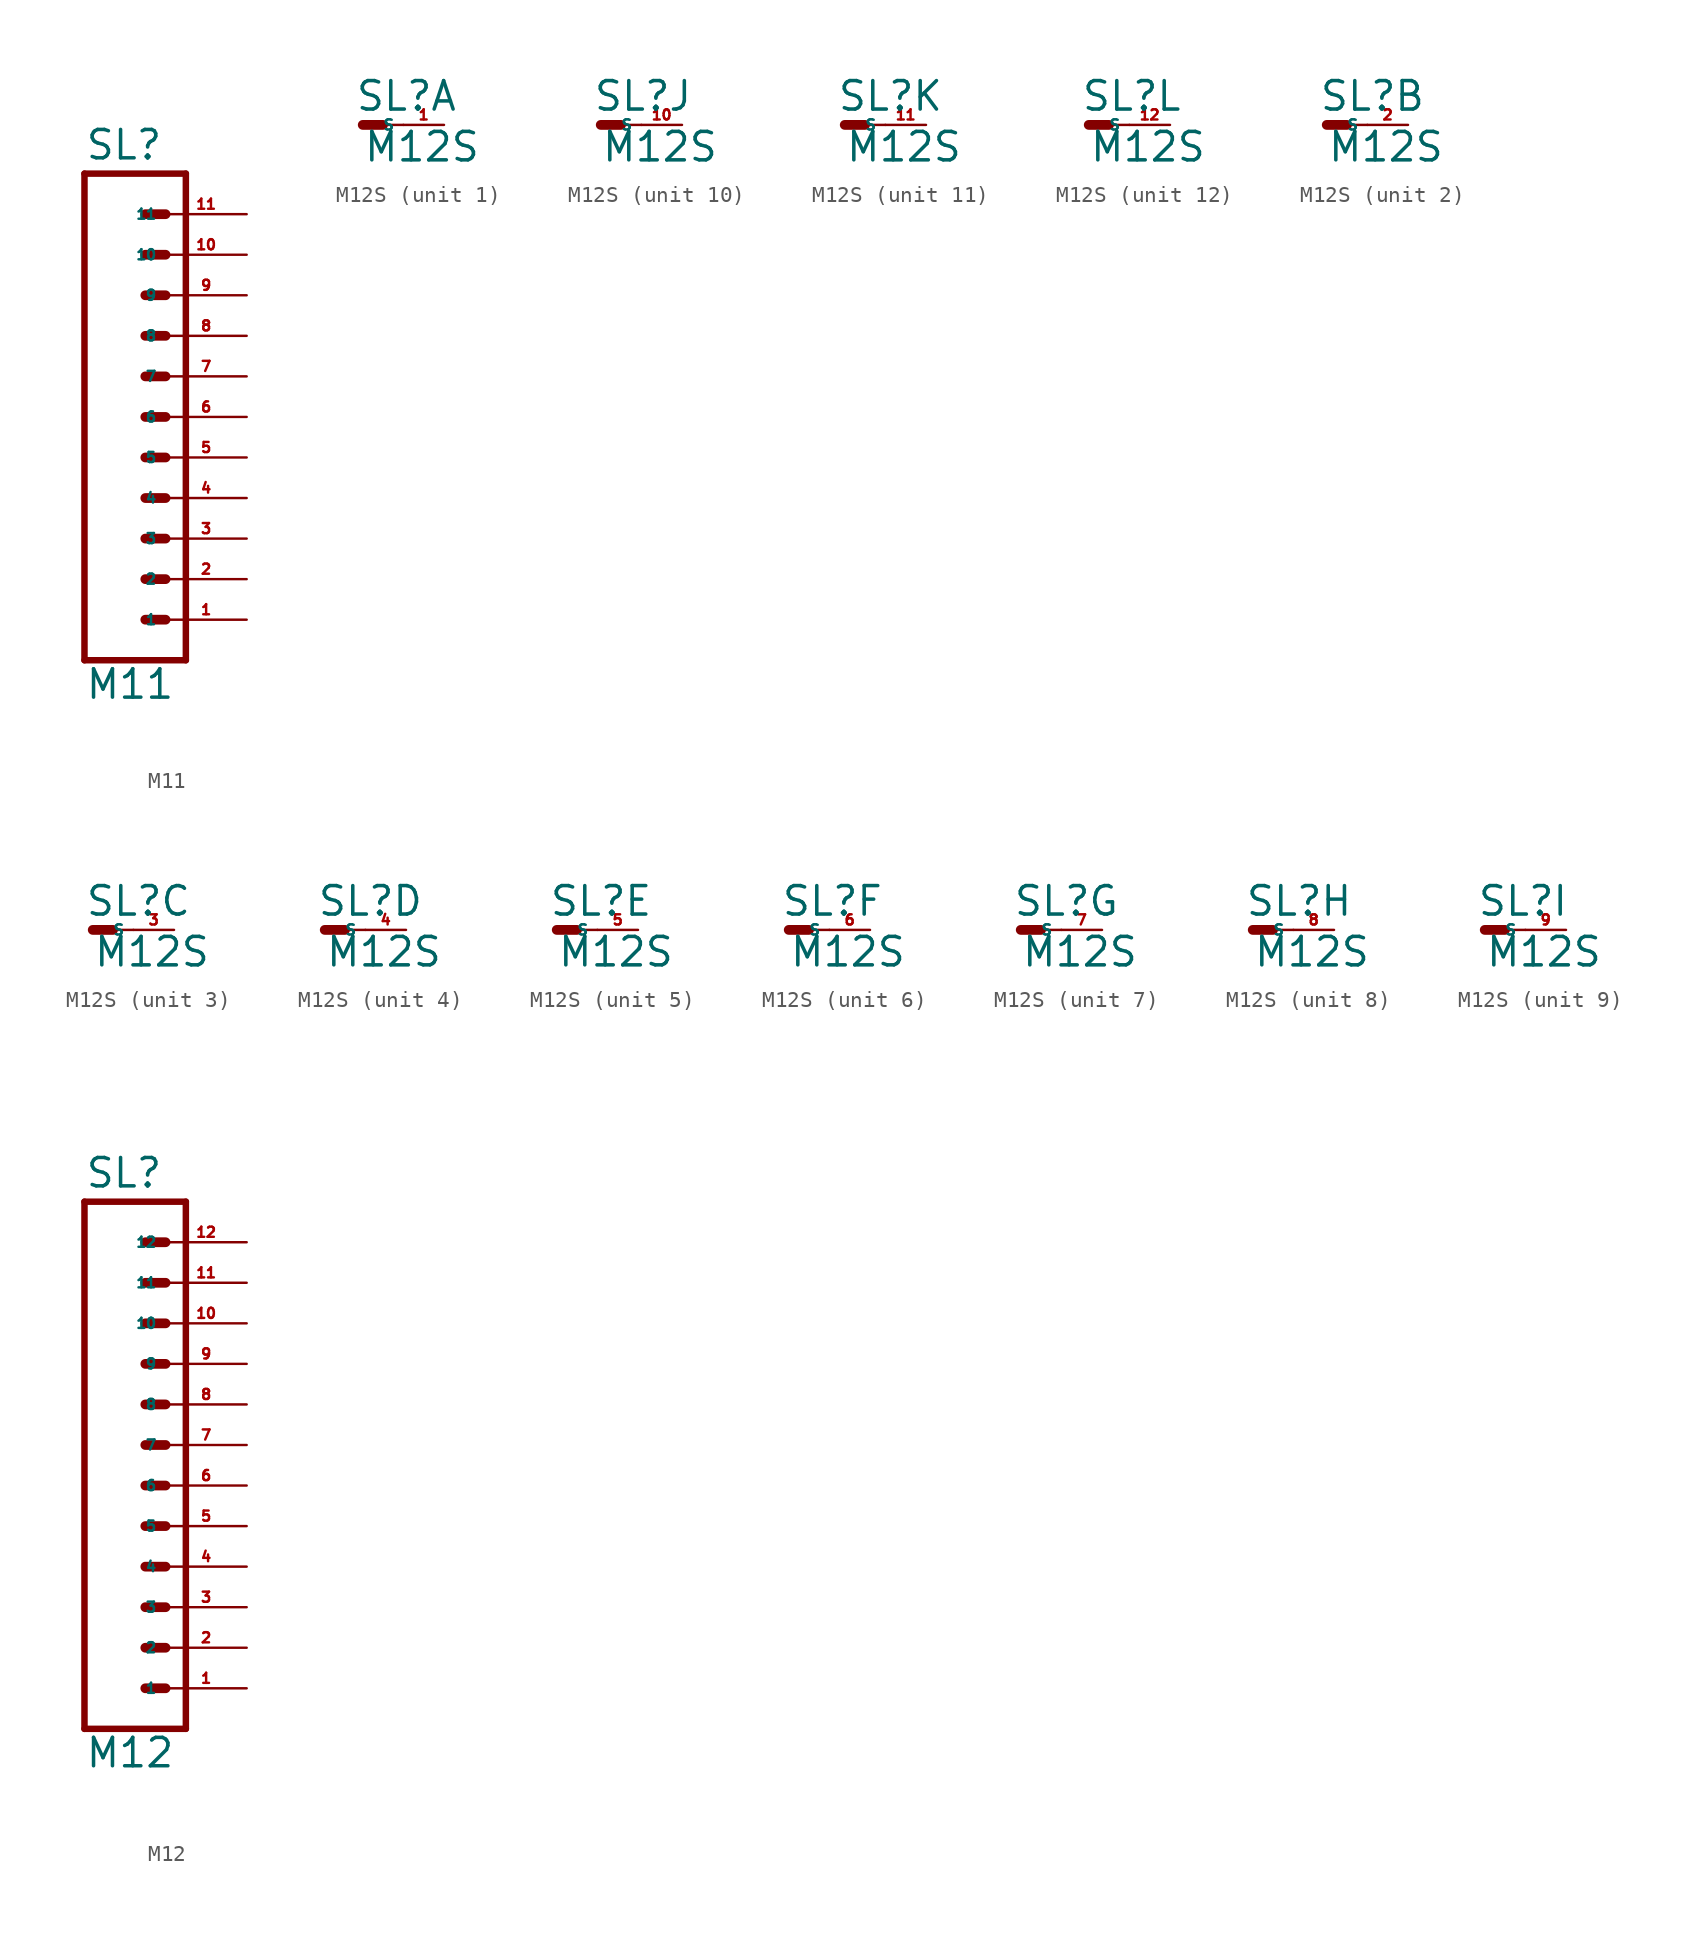
<source format=kicad_sym>
(kicad_symbol_lib
  (version 20220914)
  (generator Eagle2Kicad)
  (symbol "M11"
    (property "Reference" "SL"
      (at -5.08 16.002 0)
      (effects (font (size 1.778 1.778) (thickness 0.22)) (justify left bottom)))
    (property "Value" "M11"
      (at -5.08 -17.78 0)
      (effects (font (size 1.778 1.778) (thickness 0.22)) (justify left bottom)))
    (polyline
      (pts (xy 1.27 -15.24) (xy -5.08 -15.24))
      (stroke (width 0.406) (type default))
      (fill (type none)))
    (polyline
      (pts (xy -1.27 -7.62) (xy 0 -7.62))
      (stroke (width 0.61) (type default))
      (fill (type none)))
    (polyline
      (pts (xy -1.27 -10.16) (xy 0 -10.16))
      (stroke (width 0.61) (type default))
      (fill (type none)))
    (polyline
      (pts (xy -1.27 -12.7) (xy 0 -12.7))
      (stroke (width 0.61) (type default))
      (fill (type none)))
    (polyline
      (pts (xy -5.08 15.24) (xy -5.08 -15.24))
      (stroke (width 0.406) (type default))
      (fill (type none)))
    (polyline
      (pts (xy 1.27 -15.24) (xy 1.27 15.24))
      (stroke (width 0.406) (type default))
      (fill (type none)))
    (polyline
      (pts (xy -5.08 15.24) (xy 1.27 15.24))
      (stroke (width 0.406) (type default))
      (fill (type none)))
    (polyline
      (pts (xy -1.27 -2.54) (xy 0 -2.54))
      (stroke (width 0.61) (type default))
      (fill (type none)))
    (polyline
      (pts (xy -1.27 -5.08) (xy 0 -5.08))
      (stroke (width 0.61) (type default))
      (fill (type none)))
    (polyline
      (pts (xy -1.27 0) (xy 0 0))
      (stroke (width 0.61) (type default))
      (fill (type none)))
    (polyline
      (pts (xy -1.27 2.54) (xy 0 2.54))
      (stroke (width 0.61) (type default))
      (fill (type none)))
    (polyline
      (pts (xy -1.27 5.08) (xy 0 5.08))
      (stroke (width 0.61) (type default))
      (fill (type none)))
    (polyline
      (pts (xy -1.27 7.62) (xy 0 7.62))
      (stroke (width 0.61) (type default))
      (fill (type none)))
    (polyline
      (pts (xy -1.27 10.16) (xy 0 10.16))
      (stroke (width 0.61) (type default))
      (fill (type none)))
    (polyline
      (pts (xy -1.27 12.7) (xy 0 12.7))
      (stroke (width 0.61) (type default))
      (fill (type none)))
    (pin passive line
      (at 5.08 -12.7 180)
      (length 5.08)
      (name "1" (effects (font (size 0.635 0.635) (thickness 0.08)) (justify left bottom)))
      (number "1" (effects (font (size 0.635 0.635) (thickness 0.08)) (justify left bottom))))
    (pin passive line
      (at 5.08 -10.16 180)
      (length 5.08)
      (name "2" (effects (font (size 0.635 0.635) (thickness 0.08)) (justify left bottom)))
      (number "2" (effects (font (size 0.635 0.635) (thickness 0.08)) (justify left bottom))))
    (pin passive line
      (at 5.08 -7.62 180)
      (length 5.08)
      (name "3" (effects (font (size 0.635 0.635) (thickness 0.08)) (justify left bottom)))
      (number "3" (effects (font (size 0.635 0.635) (thickness 0.08)) (justify left bottom))))
    (pin passive line
      (at 5.08 -5.08 180)
      (length 5.08)
      (name "4" (effects (font (size 0.635 0.635) (thickness 0.08)) (justify left bottom)))
      (number "4" (effects (font (size 0.635 0.635) (thickness 0.08)) (justify left bottom))))
    (pin passive line
      (at 5.08 -2.54 180)
      (length 5.08)
      (name "5" (effects (font (size 0.635 0.635) (thickness 0.08)) (justify left bottom)))
      (number "5" (effects (font (size 0.635 0.635) (thickness 0.08)) (justify left bottom))))
    (pin passive line
      (at 5.08 0 180)
      (length 5.08)
      (name "6" (effects (font (size 0.635 0.635) (thickness 0.08)) (justify left bottom)))
      (number "6" (effects (font (size 0.635 0.635) (thickness 0.08)) (justify left bottom))))
    (pin passive line
      (at 5.08 2.54 180)
      (length 5.08)
      (name "7" (effects (font (size 0.635 0.635) (thickness 0.08)) (justify left bottom)))
      (number "7" (effects (font (size 0.635 0.635) (thickness 0.08)) (justify left bottom))))
    (pin passive line
      (at 5.08 5.08 180)
      (length 5.08)
      (name "8" (effects (font (size 0.635 0.635) (thickness 0.08)) (justify left bottom)))
      (number "8" (effects (font (size 0.635 0.635) (thickness 0.08)) (justify left bottom))))
    (pin passive line
      (at 5.08 7.62 180)
      (length 5.08)
      (name "9" (effects (font (size 0.635 0.635) (thickness 0.08)) (justify left bottom)))
      (number "9" (effects (font (size 0.635 0.635) (thickness 0.08)) (justify left bottom))))
    (pin passive line
      (at 5.08 10.16 180)
      (length 5.08)
      (name "10" (effects (font (size 0.635 0.635) (thickness 0.08)) (justify left bottom)))
      (number "10" (effects (font (size 0.635 0.635) (thickness 0.08)) (justify left bottom))))
    (pin passive line
      (at 5.08 12.7 180)
      (length 5.08)
      (name "11" (effects (font (size 0.635 0.635) (thickness 0.08)) (justify left bottom)))
      (number "11" (effects (font (size 0.635 0.635) (thickness 0.08)) (justify left bottom)))))
  (symbol "M12S"
    (property "Reference" "SL"
      (at -0.508 0.762 0)
      (effects (font (size 1.778 1.778) (thickness 0.22)) (justify left bottom)))
    (property "Value" "M12S"
      (at 0 -2.413 0)
      (effects (font (size 1.778 1.778) (thickness 0.22)) (justify left bottom)))
    (symbol "M12S_1_0"
      (polyline (pts (xy 0 0) (xy 1.27 0)) (stroke (width 0.61) (type default)) (fill (type none)))
      (polyline (pts (xy 1.27 0) (xy 2.54 0)) (stroke (width 0.152) (type default)) (fill (type none)))
      (pin passive line (at 5.08 0 180) (length 2.54) (name "S" (effects (font (size 0.635 0.635) (thickness 0.08)) (justify left bottom))) (number "1" (effects (font (size 0.635 0.635) (thickness 0.08)) (justify left bottom)))))
    (symbol "M12S_2_0"
      (polyline (pts (xy 0 0) (xy 1.27 0)) (stroke (width 0.61) (type default)) (fill (type none)))
      (polyline (pts (xy 1.27 0) (xy 2.54 0)) (stroke (width 0.152) (type default)) (fill (type none)))
      (pin passive line (at 5.08 0 180) (length 2.54) (name "S" (effects (font (size 0.635 0.635) (thickness 0.08)) (justify left bottom))) (number "2" (effects (font (size 0.635 0.635) (thickness 0.08)) (justify left bottom)))))
    (symbol "M12S_3_0"
      (polyline (pts (xy 0 0) (xy 1.27 0)) (stroke (width 0.61) (type default)) (fill (type none)))
      (polyline (pts (xy 1.27 0) (xy 2.54 0)) (stroke (width 0.152) (type default)) (fill (type none)))
      (pin passive line (at 5.08 0 180) (length 2.54) (name "S" (effects (font (size 0.635 0.635) (thickness 0.08)) (justify left bottom))) (number "3" (effects (font (size 0.635 0.635) (thickness 0.08)) (justify left bottom)))))
    (symbol "M12S_4_0"
      (polyline (pts (xy 0 0) (xy 1.27 0)) (stroke (width 0.61) (type default)) (fill (type none)))
      (polyline (pts (xy 1.27 0) (xy 2.54 0)) (stroke (width 0.152) (type default)) (fill (type none)))
      (pin passive line (at 5.08 0 180) (length 2.54) (name "S" (effects (font (size 0.635 0.635) (thickness 0.08)) (justify left bottom))) (number "4" (effects (font (size 0.635 0.635) (thickness 0.08)) (justify left bottom)))))
    (symbol "M12S_5_0"
      (polyline (pts (xy 0 0) (xy 1.27 0)) (stroke (width 0.61) (type default)) (fill (type none)))
      (polyline (pts (xy 1.27 0) (xy 2.54 0)) (stroke (width 0.152) (type default)) (fill (type none)))
      (pin passive line (at 5.08 0 180) (length 2.54) (name "S" (effects (font (size 0.635 0.635) (thickness 0.08)) (justify left bottom))) (number "5" (effects (font (size 0.635 0.635) (thickness 0.08)) (justify left bottom)))))
    (symbol "M12S_6_0"
      (polyline (pts (xy 0 0) (xy 1.27 0)) (stroke (width 0.61) (type default)) (fill (type none)))
      (polyline (pts (xy 1.27 0) (xy 2.54 0)) (stroke (width 0.152) (type default)) (fill (type none)))
      (pin passive line (at 5.08 0 180) (length 2.54) (name "S" (effects (font (size 0.635 0.635) (thickness 0.08)) (justify left bottom))) (number "6" (effects (font (size 0.635 0.635) (thickness 0.08)) (justify left bottom)))))
    (symbol "M12S_7_0"
      (polyline (pts (xy 0 0) (xy 1.27 0)) (stroke (width 0.61) (type default)) (fill (type none)))
      (polyline (pts (xy 1.27 0) (xy 2.54 0)) (stroke (width 0.152) (type default)) (fill (type none)))
      (pin passive line (at 5.08 0 180) (length 2.54) (name "S" (effects (font (size 0.635 0.635) (thickness 0.08)) (justify left bottom))) (number "7" (effects (font (size 0.635 0.635) (thickness 0.08)) (justify left bottom)))))
    (symbol "M12S_8_0"
      (polyline (pts (xy 0 0) (xy 1.27 0)) (stroke (width 0.61) (type default)) (fill (type none)))
      (polyline (pts (xy 1.27 0) (xy 2.54 0)) (stroke (width 0.152) (type default)) (fill (type none)))
      (pin passive line (at 5.08 0 180) (length 2.54) (name "S" (effects (font (size 0.635 0.635) (thickness 0.08)) (justify left bottom))) (number "8" (effects (font (size 0.635 0.635) (thickness 0.08)) (justify left bottom)))))
    (symbol "M12S_9_0"
      (polyline (pts (xy 0 0) (xy 1.27 0)) (stroke (width 0.61) (type default)) (fill (type none)))
      (polyline (pts (xy 1.27 0) (xy 2.54 0)) (stroke (width 0.152) (type default)) (fill (type none)))
      (pin passive line (at 5.08 0 180) (length 2.54) (name "S" (effects (font (size 0.635 0.635) (thickness 0.08)) (justify left bottom))) (number "9" (effects (font (size 0.635 0.635) (thickness 0.08)) (justify left bottom)))))
    (symbol "M12S_10_0"
      (polyline (pts (xy 0 0) (xy 1.27 0)) (stroke (width 0.61) (type default)) (fill (type none)))
      (polyline (pts (xy 1.27 0) (xy 2.54 0)) (stroke (width 0.152) (type default)) (fill (type none)))
      (pin passive line (at 5.08 0 180) (length 2.54) (name "S" (effects (font (size 0.635 0.635) (thickness 0.08)) (justify left bottom))) (number "10" (effects (font (size 0.635 0.635) (thickness 0.08)) (justify left bottom)))))
    (symbol "M12S_11_0"
      (polyline (pts (xy 0 0) (xy 1.27 0)) (stroke (width 0.61) (type default)) (fill (type none)))
      (polyline (pts (xy 1.27 0) (xy 2.54 0)) (stroke (width 0.152) (type default)) (fill (type none)))
      (pin passive line (at 5.08 0 180) (length 2.54) (name "S" (effects (font (size 0.635 0.635) (thickness 0.08)) (justify left bottom))) (number "11" (effects (font (size 0.635 0.635) (thickness 0.08)) (justify left bottom)))))
    (symbol "M12S_12_0"
      (polyline (pts (xy 0 0) (xy 1.27 0)) (stroke (width 0.61) (type default)) (fill (type none)))
      (polyline (pts (xy 1.27 0) (xy 2.54 0)) (stroke (width 0.152) (type default)) (fill (type none)))
      (pin passive line (at 5.08 0 180) (length 2.54) (name "S" (effects (font (size 0.635 0.635) (thickness 0.08)) (justify left bottom))) (number "12" (effects (font (size 0.635 0.635) (thickness 0.08)) (justify left bottom))))))
  (symbol "M12"
    (property "Reference" "SL"
      (at -5.08 16.002 0)
      (effects (font (size 1.778 1.778) (thickness 0.22)) (justify left bottom)))
    (property "Value" "M12"
      (at -5.08 -20.32 0)
      (effects (font (size 1.778 1.778) (thickness 0.22)) (justify left bottom)))
    (polyline
      (pts (xy 1.27 -17.78) (xy -5.08 -17.78))
      (stroke (width 0.406) (type default))
      (fill (type none)))
    (polyline
      (pts (xy -1.27 -10.16) (xy 0 -10.16))
      (stroke (width 0.61) (type default))
      (fill (type none)))
    (polyline
      (pts (xy -1.27 -12.7) (xy 0 -12.7))
      (stroke (width 0.61) (type default))
      (fill (type none)))
    (polyline
      (pts (xy -1.27 -15.24) (xy 0 -15.24))
      (stroke (width 0.61) (type default))
      (fill (type none)))
    (polyline
      (pts (xy -5.08 15.24) (xy -5.08 -17.78))
      (stroke (width 0.406) (type default))
      (fill (type none)))
    (polyline
      (pts (xy 1.27 -17.78) (xy 1.27 15.24))
      (stroke (width 0.406) (type default))
      (fill (type none)))
    (polyline
      (pts (xy -5.08 15.24) (xy 1.27 15.24))
      (stroke (width 0.406) (type default))
      (fill (type none)))
    (polyline
      (pts (xy -1.27 -5.08) (xy 0 -5.08))
      (stroke (width 0.61) (type default))
      (fill (type none)))
    (polyline
      (pts (xy -1.27 -7.62) (xy 0 -7.62))
      (stroke (width 0.61) (type default))
      (fill (type none)))
    (polyline
      (pts (xy -1.27 -2.54) (xy 0 -2.54))
      (stroke (width 0.61) (type default))
      (fill (type none)))
    (polyline
      (pts (xy -1.27 0) (xy 0 0))
      (stroke (width 0.61) (type default))
      (fill (type none)))
    (polyline
      (pts (xy -1.27 2.54) (xy 0 2.54))
      (stroke (width 0.61) (type default))
      (fill (type none)))
    (polyline
      (pts (xy -1.27 5.08) (xy 0 5.08))
      (stroke (width 0.61) (type default))
      (fill (type none)))
    (polyline
      (pts (xy -1.27 7.62) (xy 0 7.62))
      (stroke (width 0.61) (type default))
      (fill (type none)))
    (polyline
      (pts (xy -1.27 10.16) (xy 0 10.16))
      (stroke (width 0.61) (type default))
      (fill (type none)))
    (polyline
      (pts (xy -1.27 12.7) (xy 0 12.7))
      (stroke (width 0.61) (type default))
      (fill (type none)))
    (pin passive line
      (at 5.08 -15.24 180)
      (length 5.08)
      (name "1" (effects (font (size 0.635 0.635) (thickness 0.08)) (justify left bottom)))
      (number "1" (effects (font (size 0.635 0.635) (thickness 0.08)) (justify left bottom))))
    (pin passive line
      (at 5.08 -12.7 180)
      (length 5.08)
      (name "2" (effects (font (size 0.635 0.635) (thickness 0.08)) (justify left bottom)))
      (number "2" (effects (font (size 0.635 0.635) (thickness 0.08)) (justify left bottom))))
    (pin passive line
      (at 5.08 -10.16 180)
      (length 5.08)
      (name "3" (effects (font (size 0.635 0.635) (thickness 0.08)) (justify left bottom)))
      (number "3" (effects (font (size 0.635 0.635) (thickness 0.08)) (justify left bottom))))
    (pin passive line
      (at 5.08 -7.62 180)
      (length 5.08)
      (name "4" (effects (font (size 0.635 0.635) (thickness 0.08)) (justify left bottom)))
      (number "4" (effects (font (size 0.635 0.635) (thickness 0.08)) (justify left bottom))))
    (pin passive line
      (at 5.08 -5.08 180)
      (length 5.08)
      (name "5" (effects (font (size 0.635 0.635) (thickness 0.08)) (justify left bottom)))
      (number "5" (effects (font (size 0.635 0.635) (thickness 0.08)) (justify left bottom))))
    (pin passive line
      (at 5.08 -2.54 180)
      (length 5.08)
      (name "6" (effects (font (size 0.635 0.635) (thickness 0.08)) (justify left bottom)))
      (number "6" (effects (font (size 0.635 0.635) (thickness 0.08)) (justify left bottom))))
    (pin passive line
      (at 5.08 0 180)
      (length 5.08)
      (name "7" (effects (font (size 0.635 0.635) (thickness 0.08)) (justify left bottom)))
      (number "7" (effects (font (size 0.635 0.635) (thickness 0.08)) (justify left bottom))))
    (pin passive line
      (at 5.08 2.54 180)
      (length 5.08)
      (name "8" (effects (font (size 0.635 0.635) (thickness 0.08)) (justify left bottom)))
      (number "8" (effects (font (size 0.635 0.635) (thickness 0.08)) (justify left bottom))))
    (pin passive line
      (at 5.08 5.08 180)
      (length 5.08)
      (name "9" (effects (font (size 0.635 0.635) (thickness 0.08)) (justify left bottom)))
      (number "9" (effects (font (size 0.635 0.635) (thickness 0.08)) (justify left bottom))))
    (pin passive line
      (at 5.08 7.62 180)
      (length 5.08)
      (name "10" (effects (font (size 0.635 0.635) (thickness 0.08)) (justify left bottom)))
      (number "10" (effects (font (size 0.635 0.635) (thickness 0.08)) (justify left bottom))))
    (pin passive line
      (at 5.08 10.16 180)
      (length 5.08)
      (name "11" (effects (font (size 0.635 0.635) (thickness 0.08)) (justify left bottom)))
      (number "11" (effects (font (size 0.635 0.635) (thickness 0.08)) (justify left bottom))))
    (pin passive line
      (at 5.08 12.7 180)
      (length 5.08)
      (name "12" (effects (font (size 0.635 0.635) (thickness 0.08)) (justify left bottom)))
      (number "12" (effects (font (size 0.635 0.635) (thickness 0.08)) (justify left bottom))))))
</source>
